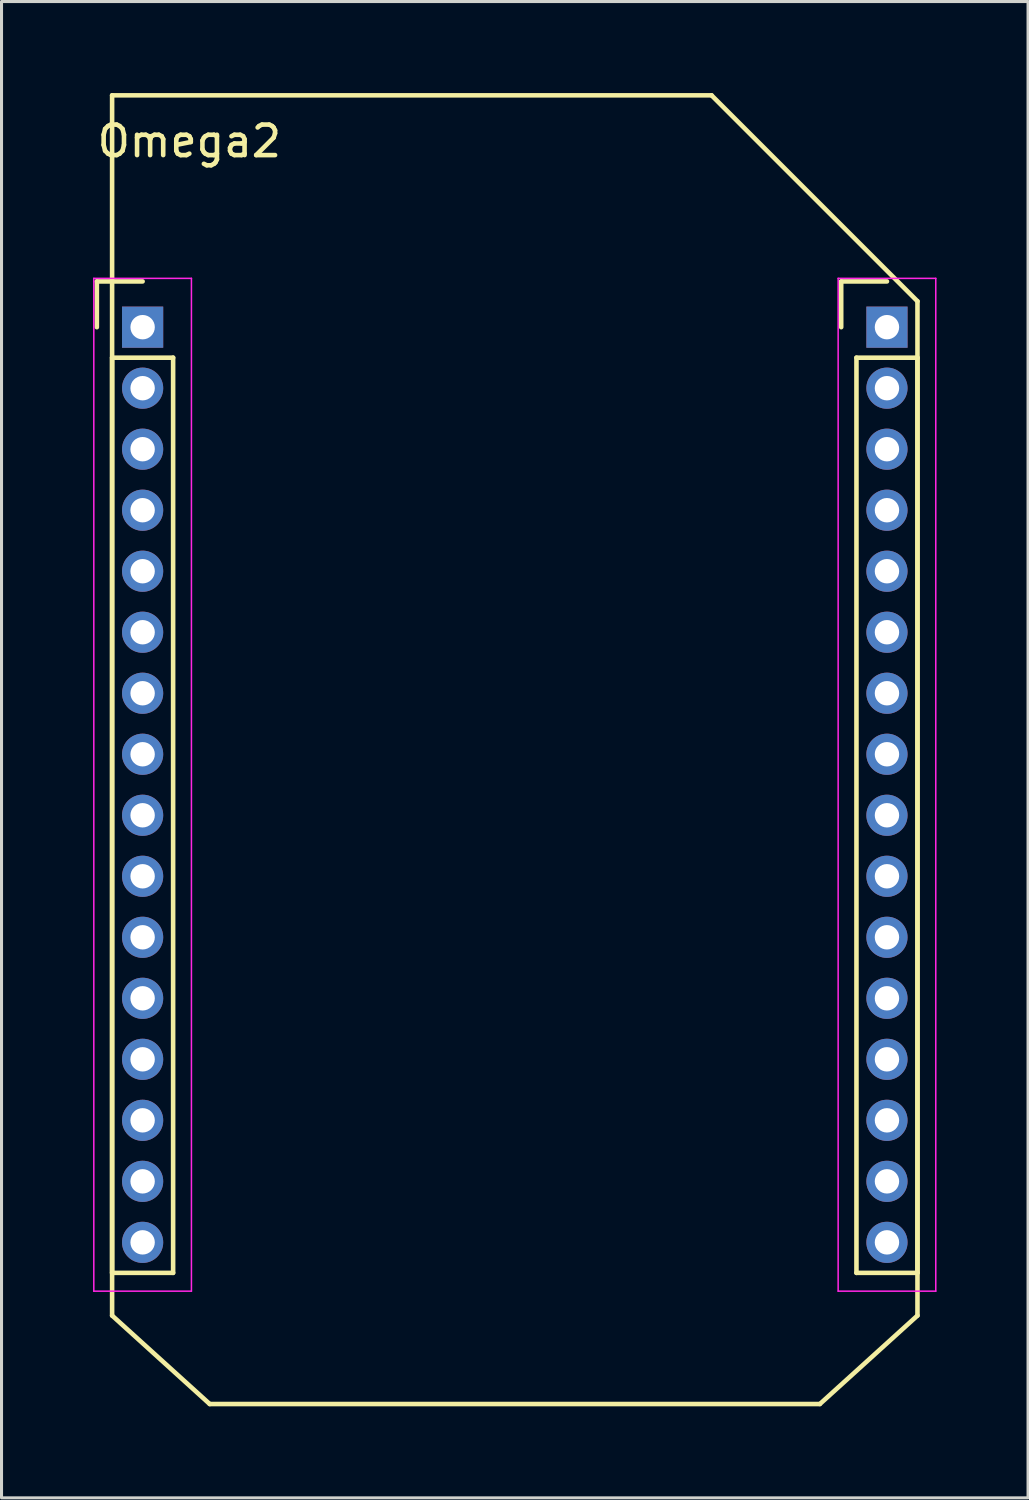
<source format=kicad_pcb>
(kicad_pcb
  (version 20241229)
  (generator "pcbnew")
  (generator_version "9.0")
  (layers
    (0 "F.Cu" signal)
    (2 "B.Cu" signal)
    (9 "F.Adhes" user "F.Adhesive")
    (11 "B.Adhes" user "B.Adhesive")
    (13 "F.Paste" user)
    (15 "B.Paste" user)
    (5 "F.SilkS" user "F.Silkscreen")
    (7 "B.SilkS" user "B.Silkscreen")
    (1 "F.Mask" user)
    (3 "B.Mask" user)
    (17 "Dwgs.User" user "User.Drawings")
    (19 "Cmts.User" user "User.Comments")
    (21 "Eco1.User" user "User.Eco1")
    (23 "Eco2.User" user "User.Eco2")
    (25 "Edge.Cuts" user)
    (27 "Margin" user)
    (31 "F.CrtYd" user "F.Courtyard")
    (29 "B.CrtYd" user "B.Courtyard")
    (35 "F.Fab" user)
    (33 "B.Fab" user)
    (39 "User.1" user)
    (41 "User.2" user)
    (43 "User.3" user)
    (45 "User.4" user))
  (footprint "Omega2"
    (layer "F.Cu")
    (at 13.825 21.645)
    (property "Reference" "Omega2" (at -10.668 -20.066 0) (layer "F.SilkS") (effects (font (size 1 1) (thickness 0.15))))
    (attr through_hole)
    (fp_line (start -13.7 -15.47) (end -12.2 -15.47) (stroke (width 0.15) (type solid)) (layer "F.SilkS"))
    (fp_line (start -13.7 -13.97) (end -13.7 -15.47) (stroke (width 0.15) (type solid)) (layer "F.SilkS"))
    (fp_line (start -13.2 -21.57) (end -13.2 18.43) (stroke (width 0.15) (type solid)) (layer "F.SilkS"))
    (fp_line (start -13.2 -21.57) (end 6.45 -21.57) (stroke (width 0.15) (type solid)) (layer "F.SilkS"))
    (fp_line (start -13.2 17.03) (end -13.2 -12.97) (stroke (width 0.15) (type solid)) (layer "F.SilkS"))
    (fp_line (start -13.2 18.43) (end -10 21.33) (stroke (width 0.15) (type solid)) (layer "F.SilkS"))
    (fp_line (start -11.2 -12.97) (end -13.2 -12.97) (stroke (width 0.15) (type solid)) (layer "F.SilkS"))
    (fp_line (start -11.2 -12.97) (end -11.2 17.03) (stroke (width 0.15) (type solid)) (layer "F.SilkS"))
    (fp_line (start -11.2 17.03) (end -13.2 17.03) (stroke (width 0.15) (type solid)) (layer "F.SilkS"))
    (fp_line (start -10 21.33) (end 10 21.33) (stroke (width 0.15) (type solid)) (layer "F.SilkS"))
    (fp_line (start 6.45 -21.57) (end 13.2 -14.82) (stroke (width 0.15) (type solid)) (layer "F.SilkS"))
    (fp_line (start 10.7 -15.47) (end 12.2 -15.47) (stroke (width 0.15) (type solid)) (layer "F.SilkS"))
    (fp_line (start 10.7 -13.97) (end 10.7 -15.47) (stroke (width 0.15) (type solid)) (layer "F.SilkS"))
    (fp_line (start 11.2 -12.97) (end 13.2 -12.97) (stroke (width 0.15) (type solid)) (layer "F.SilkS"))
    (fp_line (start 11.2 17.03) (end 11.2 -12.97) (stroke (width 0.15) (type solid)) (layer "F.SilkS"))
    (fp_line (start 11.2 17.03) (end 13.2 17.03) (stroke (width 0.15) (type solid)) (layer "F.SilkS"))
    (fp_line (start 13.2 -14.82) (end 13.2 18.43) (stroke (width 0.15) (type solid)) (layer "F.SilkS"))
    (fp_line (start 13.2 -12.97) (end 13.2 17.03) (stroke (width 0.15) (type solid)) (layer "F.SilkS"))
    (fp_line (start 13.2 18.43) (end 10 21.33) (stroke (width 0.15) (type solid)) (layer "F.SilkS"))
    (fp_line (start -13.8 17.63) (end -13.8 -15.57) (stroke (width 0.05) (type solid)) (layer "F.CrtYd"))
    (fp_line (start -10.6 -15.57) (end -13.8 -15.57) (stroke (width 0.05) (type solid)) (layer "F.CrtYd"))
    (fp_line (start -10.6 -15.57) (end -10.6 17.63) (stroke (width 0.05) (type solid)) (layer "F.CrtYd"))
    (fp_line (start -10.6 17.63) (end -13.8 17.63) (stroke (width 0.05) (type solid)) (layer "F.CrtYd"))
    (fp_line (start 10.6 -15.57) (end 13.8 -15.57) (stroke (width 0.05) (type solid)) (layer "F.CrtYd"))
    (fp_line (start 10.6 17.63) (end 10.6 -15.57) (stroke (width 0.05) (type solid)) (layer "F.CrtYd"))
    (fp_line (start 10.6 17.63) (end 13.8 17.63) (stroke (width 0.05) (type solid)) (layer "F.CrtYd"))
    (fp_line (start 13.8 -15.57) (end 13.8 17.63) (stroke (width 0.05) (type solid)) (layer "F.CrtYd"))
    (pad "1" thru_hole rect (at -12.2 -13.97) (size 1.35 1.35) (drill 0.8) (layers "*.Cu" "*.Mask"))
    (pad "2" thru_hole circle (at -12.2 -11.97) (size 1.35 1.35) (drill 0.8) (layers "*.Cu" "*.Mask"))
    (pad "3" thru_hole circle (at -12.2 -9.97) (size 1.35 1.35) (drill 0.8) (layers "*.Cu" "*.Mask"))
    (pad "4" thru_hole circle (at -12.2 -7.97) (size 1.35 1.35) (drill 0.8) (layers "*.Cu" "*.Mask"))
    (pad "5" thru_hole circle (at -12.2 -5.97) (size 1.35 1.35) (drill 0.8) (layers "*.Cu" "*.Mask"))
    (pad "6" thru_hole circle (at -12.2 -3.97) (size 1.35 1.35) (drill 0.8) (layers "*.Cu" "*.Mask"))
    (pad "7" thru_hole circle (at -12.2 -1.97) (size 1.35 1.35) (drill 0.8) (layers "*.Cu" "*.Mask"))
    (pad "8" thru_hole circle (at -12.2 0.03) (size 1.35 1.35) (drill 0.8) (layers "*.Cu" "*.Mask"))
    (pad "9" thru_hole circle (at -12.2 2.03) (size 1.35 1.35) (drill 0.8) (layers "*.Cu" "*.Mask"))
    (pad "10" thru_hole circle (at -12.2 4.03) (size 1.35 1.35) (drill 0.8) (layers "*.Cu" "*.Mask"))
    (pad "11" thru_hole circle (at -12.2 6.03) (size 1.35 1.35) (drill 0.8) (layers "*.Cu" "*.Mask"))
    (pad "12" thru_hole circle (at -12.2 8.03) (size 1.35 1.35) (drill 0.8) (layers "*.Cu" "*.Mask"))
    (pad "13" thru_hole circle (at -12.2 10.03) (size 1.35 1.35) (drill 0.8) (layers "*.Cu" "*.Mask"))
    (pad "14" thru_hole circle (at -12.2 12.03) (size 1.35 1.35) (drill 0.8) (layers "*.Cu" "*.Mask"))
    (pad "15" thru_hole circle (at -12.2 14.03) (size 1.35 1.35) (drill 0.8) (layers "*.Cu" "*.Mask"))
    (pad "16" thru_hole circle (at -12.2 16.03) (size 1.35 1.35) (drill 0.8) (layers "*.Cu" "*.Mask"))
    (pad "17" thru_hole rect (at 12.2 -13.97) (size 1.35 1.35) (drill 0.8) (layers "*.Cu" "*.Mask"))
    (pad "18" thru_hole circle (at 12.2 -11.97) (size 1.35 1.35) (drill 0.8) (layers "*.Cu" "*.Mask"))
    (pad "19" thru_hole circle (at 12.2 -9.97) (size 1.35 1.35) (drill 0.8) (layers "*.Cu" "*.Mask"))
    (pad "20" thru_hole circle (at 12.2 -7.97) (size 1.35 1.35) (drill 0.8) (layers "*.Cu" "*.Mask"))
    (pad "21" thru_hole circle (at 12.2 -5.97) (size 1.35 1.35) (drill 0.8) (layers "*.Cu" "*.Mask"))
    (pad "22" thru_hole circle (at 12.2 -3.97) (size 1.35 1.35) (drill 0.8) (layers "*.Cu" "*.Mask"))
    (pad "23" thru_hole circle (at 12.2 -1.97) (size 1.35 1.35) (drill 0.8) (layers "*.Cu" "*.Mask"))
    (pad "24" thru_hole circle (at 12.2 0.03) (size 1.35 1.35) (drill 0.8) (layers "*.Cu" "*.Mask"))
    (pad "25" thru_hole circle (at 12.2 2.03) (size 1.35 1.35) (drill 0.8) (layers "*.Cu" "*.Mask"))
    (pad "26" thru_hole circle (at 12.2 4.03) (size 1.35 1.35) (drill 0.8) (layers "*.Cu" "*.Mask"))
    (pad "27" thru_hole circle (at 12.2 6.03) (size 1.35 1.35) (drill 0.8) (layers "*.Cu" "*.Mask"))
    (pad "28" thru_hole circle (at 12.2 8.03) (size 1.35 1.35) (drill 0.8) (layers "*.Cu" "*.Mask"))
    (pad "29" thru_hole circle (at 12.2 10.03) (size 1.35 1.35) (drill 0.8) (layers "*.Cu" "*.Mask"))
    (pad "30" thru_hole circle (at 12.2 12.03) (size 1.35 1.35) (drill 0.8) (layers "*.Cu" "*.Mask"))
    (pad "31" thru_hole circle (at 12.2 14.03) (size 1.35 1.35) (drill 0.8) (layers "*.Cu" "*.Mask"))
    (pad "32" thru_hole circle (at 12.2 16.03) (size 1.35 1.35) (drill 0.8) (layers "*.Cu" "*.Mask")))
  (gr_rect
    (start -3 -3)
    (end 30.65 46.05)
    (stroke (width 0.1) (type default))
    (fill no)
    (layer "Edge.Cuts")))
</source>
